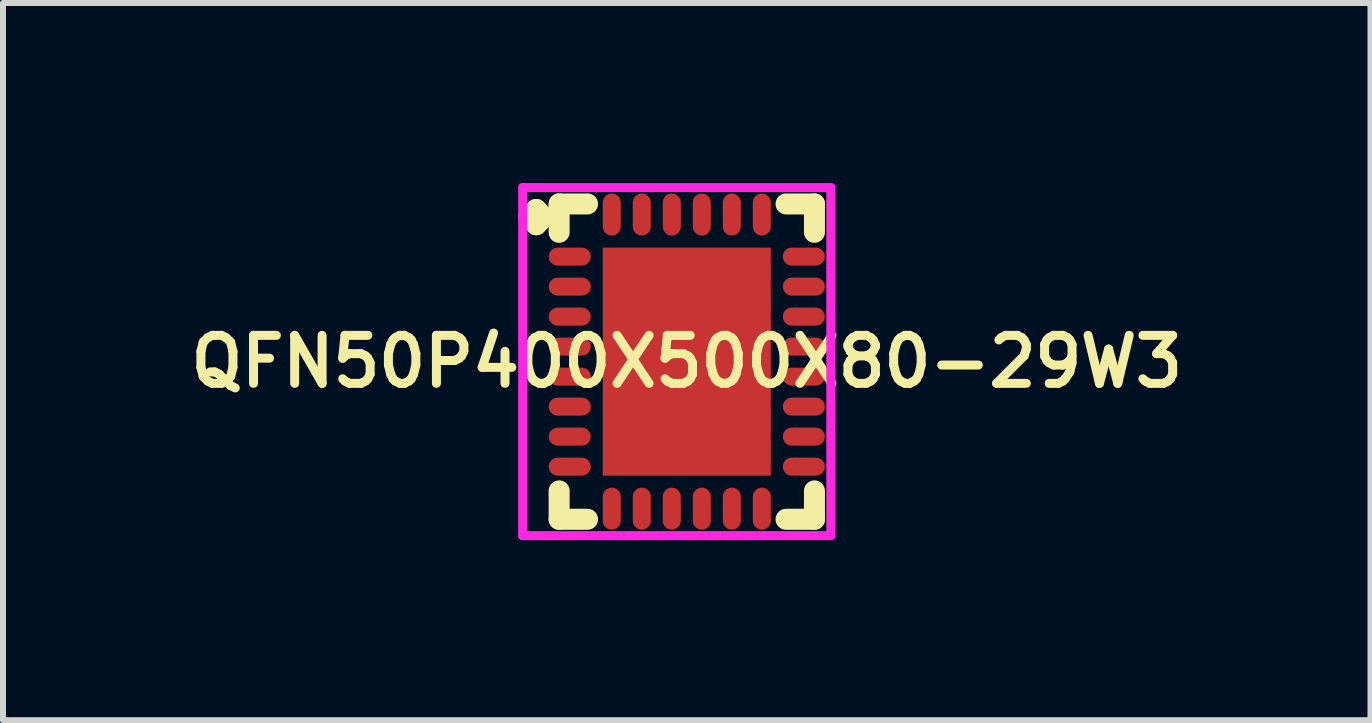
<source format=kicad_pcb>
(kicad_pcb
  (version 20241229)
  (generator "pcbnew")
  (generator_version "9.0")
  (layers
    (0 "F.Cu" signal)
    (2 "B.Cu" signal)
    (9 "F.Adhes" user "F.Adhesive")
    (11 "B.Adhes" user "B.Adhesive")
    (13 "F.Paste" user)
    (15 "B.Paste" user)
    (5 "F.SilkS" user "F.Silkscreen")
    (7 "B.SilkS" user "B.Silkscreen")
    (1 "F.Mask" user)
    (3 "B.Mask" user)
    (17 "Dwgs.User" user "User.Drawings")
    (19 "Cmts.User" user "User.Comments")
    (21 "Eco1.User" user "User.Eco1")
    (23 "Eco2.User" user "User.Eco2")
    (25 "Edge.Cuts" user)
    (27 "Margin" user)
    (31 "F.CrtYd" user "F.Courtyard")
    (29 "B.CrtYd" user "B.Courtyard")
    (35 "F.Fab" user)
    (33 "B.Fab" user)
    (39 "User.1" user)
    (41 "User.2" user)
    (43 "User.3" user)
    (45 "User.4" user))
  (footprint "QFN50P400X500X80-29W3"
    (layer "F.Cu")
    (at 8.393 2.975)
    (property "Reference" "QFN50P400X500X80-29W3" (at 0 0 0) (layer "F.SilkS") (effects (font (size 0.8 0.8) (thickness 0.15))))
    (attr smd)
    (fp_line (start -2.635 -2.408) (end -2.508 -2.535) (stroke (width 0.35) (type solid)) (layer "F.SilkS"))
    (fp_line (start -2.508 -2.535) (end -2.381 -2.408) (stroke (width 0.35) (type solid)) (layer "F.SilkS"))
    (fp_line (start -2.508 -2.281) (end -2.635 -2.408) (stroke (width 0.35) (type solid)) (layer "F.SilkS"))
    (fp_line (start -2.381 -2.408) (end -2.508 -2.281) (stroke (width 0.35) (type solid)) (layer "F.SilkS"))
    (fp_line (start -2.127 -2.627) (end -1.654 -2.627) (stroke (width 0.35) (type solid)) (layer "F.SilkS"))
    (fp_line (start -2.127 -2.154) (end -2.127 -2.627) (stroke (width 0.35) (type solid)) (layer "F.SilkS"))
    (fp_line (start -2.127 2.154) (end -2.127 2.627) (stroke (width 0.35) (type solid)) (layer "F.SilkS"))
    (fp_line (start -2.127 2.627) (end -1.654 2.627) (stroke (width 0.35) (type solid)) (layer "F.SilkS"))
    (fp_line (start 1.654 -2.627) (end 2.127 -2.627) (stroke (width 0.35) (type solid)) (layer "F.SilkS"))
    (fp_line (start 1.654 2.627) (end 2.127 2.627) (stroke (width 0.35) (type solid)) (layer "F.SilkS"))
    (fp_line (start 2.127 -2.627) (end 2.127 -2.154) (stroke (width 0.35) (type solid)) (layer "F.SilkS"))
    (fp_line (start 2.127 2.627) (end 2.127 2.154) (stroke (width 0.35) (type solid)) (layer "F.SilkS"))
    (fp_line (start -2.735 -2.9) (end 2.4 -2.9) (stroke (width 0.15) (type solid)) (layer "F.CrtYd"))
    (fp_line (start -2.735 2.9) (end -2.735 -2.9) (stroke (width 0.15) (type solid)) (layer "F.CrtYd"))
    (fp_line (start 2.4 -2.9) (end 2.4 2.9) (stroke (width 0.15) (type solid)) (layer "F.CrtYd"))
    (fp_line (start 2.4 2.9) (end -2.735 2.9) (stroke (width 0.15) (type solid)) (layer "F.CrtYd"))
    (pad "1" smd oval (at -1.95 -1.75) (size 0.7 0.3) (layers "F.Cu" "F.Mask" "F.Paste"))
    (pad "2" smd oval (at -1.95 -1.25) (size 0.7 0.3) (layers "F.Cu" "F.Mask" "F.Paste"))
    (pad "3" smd oval (at -1.95 -0.75) (size 0.7 0.3) (layers "F.Cu" "F.Mask" "F.Paste"))
    (pad "4" smd oval (at -1.95 -0.25) (size 0.7 0.3) (layers "F.Cu" "F.Mask" "F.Paste"))
    (pad "5" smd oval (at -1.95 0.25) (size 0.7 0.3) (layers "F.Cu" "F.Mask" "F.Paste"))
    (pad "6" smd oval (at -1.95 0.75) (size 0.7 0.3) (layers "F.Cu" "F.Mask" "F.Paste"))
    (pad "7" smd oval (at -1.95 1.25) (size 0.7 0.3) (layers "F.Cu" "F.Mask" "F.Paste"))
    (pad "8" smd oval (at -1.95 1.75) (size 0.7 0.3) (layers "F.Cu" "F.Mask" "F.Paste"))
    (pad "9" smd oval (at -1.25 2.45) (size 0.3 0.7) (layers "F.Cu" "F.Mask" "F.Paste"))
    (pad "10" smd oval (at -0.75 2.45) (size 0.3 0.7) (layers "F.Cu" "F.Mask" "F.Paste"))
    (pad "11" smd oval (at -0.25 2.45) (size 0.3 0.7) (layers "F.Cu" "F.Mask" "F.Paste"))
    (pad "12" smd oval (at 0.25 2.45) (size 0.3 0.7) (layers "F.Cu" "F.Mask" "F.Paste"))
    (pad "13" smd oval (at 0.75 2.45) (size 0.3 0.7) (layers "F.Cu" "F.Mask" "F.Paste"))
    (pad "14" smd oval (at 1.25 2.45) (size 0.3 0.7) (layers "F.Cu" "F.Mask" "F.Paste"))
    (pad "15" smd oval (at 1.95 1.75) (size 0.7 0.3) (layers "F.Cu" "F.Mask" "F.Paste"))
    (pad "16" smd oval (at 1.95 1.25) (size 0.7 0.3) (layers "F.Cu" "F.Mask" "F.Paste"))
    (pad "17" smd oval (at 1.95 0.75) (size 0.7 0.3) (layers "F.Cu" "F.Mask" "F.Paste"))
    (pad "18" smd oval (at 1.95 0.25) (size 0.7 0.3) (layers "F.Cu" "F.Mask" "F.Paste"))
    (pad "19" smd oval (at 1.95 -0.25) (size 0.7 0.3) (layers "F.Cu" "F.Mask" "F.Paste"))
    (pad "20" smd oval (at 1.95 -0.75) (size 0.7 0.3) (layers "F.Cu" "F.Mask" "F.Paste"))
    (pad "21" smd oval (at 1.95 -1.25) (size 0.7 0.3) (layers "F.Cu" "F.Mask" "F.Paste"))
    (pad "22" smd oval (at 1.95 -1.75) (size 0.7 0.3) (layers "F.Cu" "F.Mask" "F.Paste"))
    (pad "23" smd oval (at 1.25 -2.45) (size 0.3 0.7) (layers "F.Cu" "F.Mask" "F.Paste"))
    (pad "24" smd oval (at 0.75 -2.45) (size 0.3 0.7) (layers "F.Cu" "F.Mask" "F.Paste"))
    (pad "25" smd oval (at 0.25 -2.45) (size 0.3 0.7) (layers "F.Cu" "F.Mask" "F.Paste"))
    (pad "26" smd oval (at -0.25 -2.45) (size 0.3 0.7) (layers "F.Cu" "F.Mask" "F.Paste"))
    (pad "27" smd oval (at -0.75 -2.45) (size 0.3 0.7) (layers "F.Cu" "F.Mask" "F.Paste"))
    (pad "28" smd oval (at -1.25 -2.45) (size 0.3 0.7) (layers "F.Cu" "F.Mask" "F.Paste"))
    (pad "29" smd rect (at 0 0) (size 2.8 3.8) (layers "F.Cu" "F.Mask" "F.Paste")))
  (gr_rect
    (start -3 -3)
    (end 19.785 8.95)
    (stroke (width 0.1) (type default))
    (fill no)
    (layer "Edge.Cuts")))
</source>
